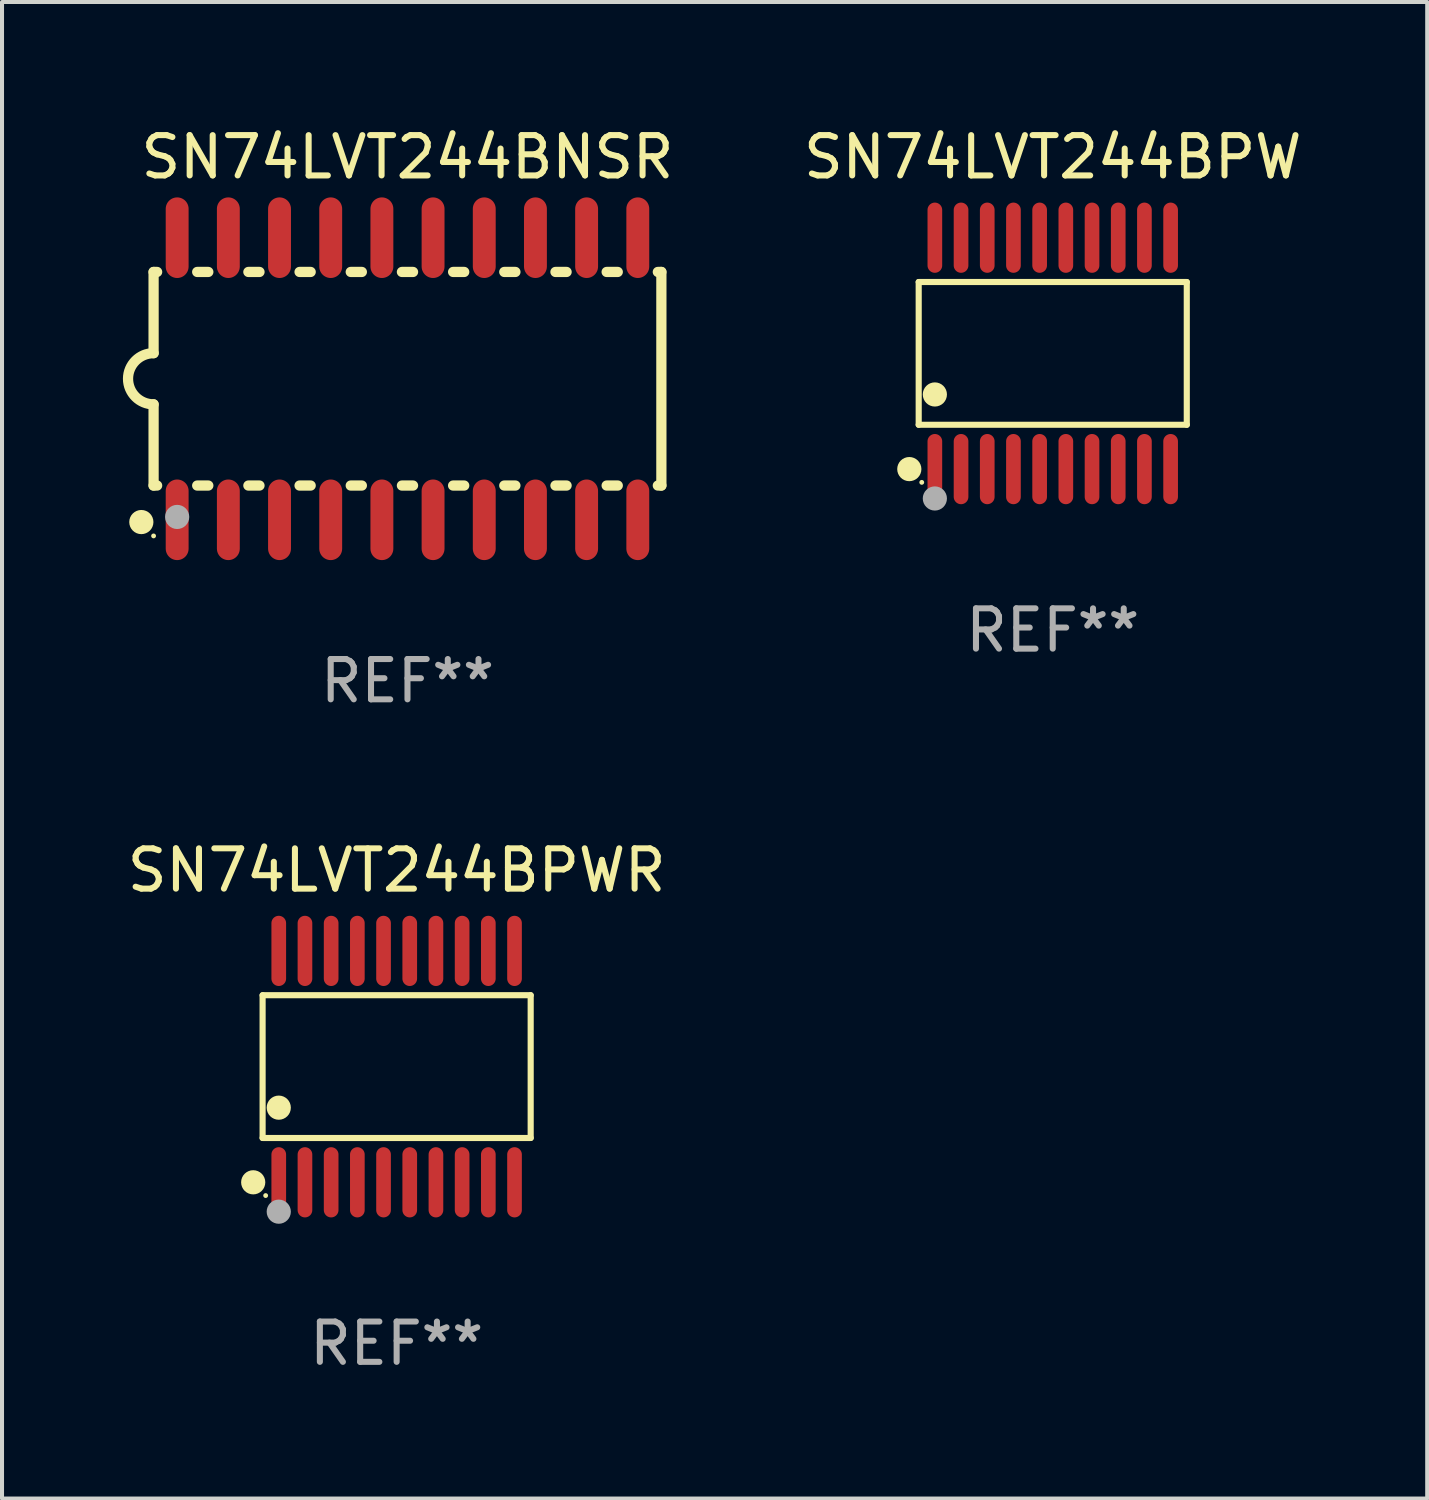
<source format=kicad_pcb>
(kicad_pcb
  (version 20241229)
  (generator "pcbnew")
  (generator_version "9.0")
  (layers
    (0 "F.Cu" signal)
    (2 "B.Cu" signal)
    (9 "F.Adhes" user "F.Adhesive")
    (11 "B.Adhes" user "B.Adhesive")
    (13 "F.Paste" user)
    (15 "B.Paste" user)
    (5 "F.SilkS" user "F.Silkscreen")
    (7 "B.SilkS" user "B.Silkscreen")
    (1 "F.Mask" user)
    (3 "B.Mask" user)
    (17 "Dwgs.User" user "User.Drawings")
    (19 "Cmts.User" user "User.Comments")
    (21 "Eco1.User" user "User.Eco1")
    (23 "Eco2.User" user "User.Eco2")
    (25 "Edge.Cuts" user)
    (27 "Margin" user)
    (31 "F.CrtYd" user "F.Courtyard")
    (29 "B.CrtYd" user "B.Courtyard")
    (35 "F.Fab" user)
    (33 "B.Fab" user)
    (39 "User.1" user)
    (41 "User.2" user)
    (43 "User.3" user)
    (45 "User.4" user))
  (footprint "SN74LVT244BNSR"
    (layer "F.Cu")
    (at 7.061 6.348)
    (property "Reference" "SN74LVT244BNSR" (at 0 -5.5 0) (layer "F.SilkS") (effects (font (size 1 1) (thickness 0.15))))
    (attr through_hole)
    (fp_line (start -6.3 -2.65) (end -6.3 -0.635) (stroke (width 0.254) (type solid)) (layer "F.SilkS"))
    (fp_line (start -6.3 -2.65) (end -6.212 -2.65) (stroke (width 0.254) (type solid)) (layer "F.SilkS"))
    (fp_line (start -6.3 2.65) (end -6.3 0.635) (stroke (width 0.254) (type solid)) (layer "F.SilkS"))
    (fp_line (start -6.3 2.65) (end -6.212 2.65) (stroke (width 0.254) (type solid)) (layer "F.SilkS"))
    (fp_line (start -5.218 -2.65) (end -4.942 -2.65) (stroke (width 0.254) (type solid)) (layer "F.SilkS"))
    (fp_line (start -5.218 2.65) (end -4.942 2.65) (stroke (width 0.254) (type solid)) (layer "F.SilkS"))
    (fp_line (start -3.948 -2.65) (end -3.672 -2.65) (stroke (width 0.254) (type solid)) (layer "F.SilkS"))
    (fp_line (start -3.948 2.65) (end -3.672 2.65) (stroke (width 0.254) (type solid)) (layer "F.SilkS"))
    (fp_line (start -2.678 -2.65) (end -2.402 -2.65) (stroke (width 0.254) (type solid)) (layer "F.SilkS"))
    (fp_line (start -2.678 2.65) (end -2.402 2.65) (stroke (width 0.254) (type solid)) (layer "F.SilkS"))
    (fp_line (start -1.408 -2.65) (end -1.132 -2.65) (stroke (width 0.254) (type solid)) (layer "F.SilkS"))
    (fp_line (start -1.408 2.65) (end -1.132 2.65) (stroke (width 0.254) (type solid)) (layer "F.SilkS"))
    (fp_line (start -0.138 -2.65) (end 0.138 -2.65) (stroke (width 0.254) (type solid)) (layer "F.SilkS"))
    (fp_line (start -0.138 2.65) (end 0.138 2.65) (stroke (width 0.254) (type solid)) (layer "F.SilkS"))
    (fp_line (start 1.132 -2.65) (end 1.408 -2.65) (stroke (width 0.254) (type solid)) (layer "F.SilkS"))
    (fp_line (start 1.132 2.65) (end 1.408 2.65) (stroke (width 0.254) (type solid)) (layer "F.SilkS"))
    (fp_line (start 2.402 -2.65) (end 2.678 -2.65) (stroke (width 0.254) (type solid)) (layer "F.SilkS"))
    (fp_line (start 2.402 2.65) (end 2.678 2.65) (stroke (width 0.254) (type solid)) (layer "F.SilkS"))
    (fp_line (start 3.672 -2.65) (end 3.948 -2.65) (stroke (width 0.254) (type solid)) (layer "F.SilkS"))
    (fp_line (start 3.672 2.65) (end 3.948 2.65) (stroke (width 0.254) (type solid)) (layer "F.SilkS"))
    (fp_line (start 4.942 -2.65) (end 5.218 -2.65) (stroke (width 0.254) (type solid)) (layer "F.SilkS"))
    (fp_line (start 4.942 2.65) (end 5.218 2.65) (stroke (width 0.254) (type solid)) (layer "F.SilkS"))
    (fp_line (start 6.212 -2.65) (end 6.3 -2.65) (stroke (width 0.254) (type solid)) (layer "F.SilkS"))
    (fp_line (start 6.212 2.65) (end 6.3 2.65) (stroke (width 0.254) (type solid)) (layer "F.SilkS"))
    (fp_line (start 6.3 -2.65) (end 6.3 2.65) (stroke (width 0.254) (type solid)) (layer "F.SilkS"))
    (fp_arc (start -6.299975 0.634874) (mid -6.933579 0.000127) (end -6.299213 -0.633858) (stroke (width 0.254001) (type solid)) (layer "F.SilkS"))
    (fp_circle (center -6.604 3.556) (end -6.454 3.556) (stroke (width 0.3) (type solid)) (fill no) (layer "F.SilkS"))
    (fp_circle (center -6.3 3.9) (end -6.27 3.9) (stroke (width 0.06) (type solid)) (fill no) (layer "F.SilkS"))
    (fp_circle (center -5.715 3.429) (end -5.565 3.429) (stroke (width 0.3) (type solid)) (fill no) (layer "F.Fab"))
    (fp_text user "REF**" (at 0 7.5 0) (layer "F.Fab") (effects (font (size 1 1) (thickness 0.15))))
    (pad "1" smd oval (at -5.715 3.5) (size 0.568 2) (layers "F.Cu" "F.Mask" "F.Paste"))
    (pad "2" smd oval (at -4.445 3.5) (size 0.568 2) (layers "F.Cu" "F.Mask" "F.Paste"))
    (pad "3" smd oval (at -3.175 3.5) (size 0.568 2) (layers "F.Cu" "F.Mask" "F.Paste"))
    (pad "4" smd oval (at -1.905 3.5) (size 0.568 2) (layers "F.Cu" "F.Mask" "F.Paste"))
    (pad "5" smd oval (at -0.635 3.5) (size 0.568 2) (layers "F.Cu" "F.Mask" "F.Paste"))
    (pad "6" smd oval (at 0.635 3.5) (size 0.568 2) (layers "F.Cu" "F.Mask" "F.Paste"))
    (pad "7" smd oval (at 1.905 3.5) (size 0.568 2) (layers "F.Cu" "F.Mask" "F.Paste"))
    (pad "8" smd oval (at 3.175 3.5) (size 0.568 2) (layers "F.Cu" "F.Mask" "F.Paste"))
    (pad "9" smd oval (at 4.445 3.5) (size 0.568 2) (layers "F.Cu" "F.Mask" "F.Paste"))
    (pad "10" smd oval (at 5.715 3.5) (size 0.568 2) (layers "F.Cu" "F.Mask" "F.Paste"))
    (pad "11" smd oval (at 5.715 -3.5) (size 0.568 2) (layers "F.Cu" "F.Mask" "F.Paste"))
    (pad "12" smd oval (at 4.445 -3.5) (size 0.568 2) (layers "F.Cu" "F.Mask" "F.Paste"))
    (pad "13" smd oval (at 3.175 -3.5) (size 0.568 2) (layers "F.Cu" "F.Mask" "F.Paste"))
    (pad "14" smd oval (at 1.905 -3.5) (size 0.568 2) (layers "F.Cu" "F.Mask" "F.Paste"))
    (pad "15" smd oval (at 0.635 -3.5) (size 0.568 2) (layers "F.Cu" "F.Mask" "F.Paste"))
    (pad "16" smd oval (at -0.635 -3.5) (size 0.568 2) (layers "F.Cu" "F.Mask" "F.Paste"))
    (pad "17" smd oval (at -1.905 -3.5) (size 0.568 2) (layers "F.Cu" "F.Mask" "F.Paste"))
    (pad "18" smd oval (at -3.175 -3.5) (size 0.568 2) (layers "F.Cu" "F.Mask" "F.Paste"))
    (pad "19" smd oval (at -4.445 -3.5) (size 0.568 2) (layers "F.Cu" "F.Mask" "F.Paste"))
    (pad "20" smd oval (at -5.715 -3.5) (size 0.568 2) (layers "F.Cu" "F.Mask" "F.Paste")))
  (footprint "SN74LVT244BPW"
    (layer "F.Cu")
    (at 23.072 5.719)
    (property "Reference" "SN74LVT244BPW" (at 0 -4.871 0) (layer "F.SilkS") (effects (font (size 1 1) (thickness 0.15))))
    (attr through_hole)
    (fp_line (start -3.326 -1.771) (end 3.326 -1.771) (stroke (width 0.152) (type solid)) (layer "F.SilkS"))
    (fp_line (start -3.326 1.771) (end -3.326 -1.771) (stroke (width 0.152) (type solid)) (layer "F.SilkS"))
    (fp_line (start 3.326 -1.771) (end 3.326 1.771) (stroke (width 0.152) (type solid)) (layer "F.SilkS"))
    (fp_line (start 3.326 1.771) (end -3.326 1.771) (stroke (width 0.152) (type solid)) (layer "F.SilkS"))
    (fp_circle (center -3.559 2.871) (end -3.409 2.871) (stroke (width 0.3) (type solid)) (fill no) (layer "F.SilkS"))
    (fp_circle (center -3.25 3.2) (end -3.22 3.2) (stroke (width 0.06) (type solid)) (fill no) (layer "F.SilkS"))
    (fp_circle (center -2.925 1.019) (end -2.775 1.019) (stroke (width 0.3) (type solid)) (fill no) (layer "F.SilkS"))
    (fp_circle (center -2.925 3.6) (end -2.775 3.6) (stroke (width 0.3) (type solid)) (fill no) (layer "F.Fab"))
    (fp_text user "REF**" (at 0 6.871 0) (layer "F.Fab") (effects (font (size 1 1) (thickness 0.15))))
    (pad "1" smd oval (at -2.925 2.871) (size 0.364 1.742) (layers "F.Cu" "F.Mask" "F.Paste"))
    (pad "2" smd oval (at -2.275 2.871) (size 0.364 1.742) (layers "F.Cu" "F.Mask" "F.Paste"))
    (pad "3" smd oval (at -1.625 2.871) (size 0.364 1.742) (layers "F.Cu" "F.Mask" "F.Paste"))
    (pad "4" smd oval (at -0.975 2.871) (size 0.364 1.742) (layers "F.Cu" "F.Mask" "F.Paste"))
    (pad "5" smd oval (at -0.325 2.871) (size 0.364 1.742) (layers "F.Cu" "F.Mask" "F.Paste"))
    (pad "6" smd oval (at 0.325 2.871) (size 0.364 1.742) (layers "F.Cu" "F.Mask" "F.Paste"))
    (pad "7" smd oval (at 0.975 2.871) (size 0.364 1.742) (layers "F.Cu" "F.Mask" "F.Paste"))
    (pad "8" smd oval (at 1.625 2.871) (size 0.364 1.742) (layers "F.Cu" "F.Mask" "F.Paste"))
    (pad "9" smd oval (at 2.275 2.871) (size 0.364 1.742) (layers "F.Cu" "F.Mask" "F.Paste"))
    (pad "10" smd oval (at 2.925 2.871) (size 0.364 1.742) (layers "F.Cu" "F.Mask" "F.Paste"))
    (pad "11" smd oval (at 2.925 -2.871) (size 0.364 1.742) (layers "F.Cu" "F.Mask" "F.Paste"))
    (pad "12" smd oval (at 2.275 -2.871) (size 0.364 1.742) (layers "F.Cu" "F.Mask" "F.Paste"))
    (pad "13" smd oval (at 1.625 -2.871) (size 0.364 1.742) (layers "F.Cu" "F.Mask" "F.Paste"))
    (pad "14" smd oval (at 0.975 -2.871) (size 0.364 1.742) (layers "F.Cu" "F.Mask" "F.Paste"))
    (pad "15" smd oval (at 0.325 -2.871) (size 0.364 1.742) (layers "F.Cu" "F.Mask" "F.Paste"))
    (pad "16" smd oval (at -0.325 -2.871) (size 0.364 1.742) (layers "F.Cu" "F.Mask" "F.Paste"))
    (pad "17" smd oval (at -0.975 -2.871) (size 0.364 1.742) (layers "F.Cu" "F.Mask" "F.Paste"))
    (pad "18" smd oval (at -1.625 -2.871) (size 0.364 1.742) (layers "F.Cu" "F.Mask" "F.Paste"))
    (pad "19" smd oval (at -2.275 -2.871) (size 0.364 1.742) (layers "F.Cu" "F.Mask" "F.Paste"))
    (pad "20" smd oval (at -2.925 -2.871) (size 0.364 1.742) (layers "F.Cu" "F.Mask" "F.Paste")))
  (footprint "SN74LVT244BPWR"
    (layer "F.Cu")
    (at 6.792 23.416)
    (property "Reference" "SN74LVT244BPWR" (at 0 -4.871 0) (layer "F.SilkS") (effects (font (size 1 1) (thickness 0.15))))
    (attr through_hole)
    (fp_line (start -3.326 -1.771) (end 3.326 -1.771) (stroke (width 0.152) (type solid)) (layer "F.SilkS"))
    (fp_line (start -3.326 1.771) (end -3.326 -1.771) (stroke (width 0.152) (type solid)) (layer "F.SilkS"))
    (fp_line (start 3.326 -1.771) (end 3.326 1.771) (stroke (width 0.152) (type solid)) (layer "F.SilkS"))
    (fp_line (start 3.326 1.771) (end -3.326 1.771) (stroke (width 0.152) (type solid)) (layer "F.SilkS"))
    (fp_circle (center -3.559 2.871) (end -3.409 2.871) (stroke (width 0.3) (type solid)) (fill no) (layer "F.SilkS"))
    (fp_circle (center -3.25 3.2) (end -3.22 3.2) (stroke (width 0.06) (type solid)) (fill no) (layer "F.SilkS"))
    (fp_circle (center -2.925 1.019) (end -2.775 1.019) (stroke (width 0.3) (type solid)) (fill no) (layer "F.SilkS"))
    (fp_circle (center -2.925 3.6) (end -2.775 3.6) (stroke (width 0.3) (type solid)) (fill no) (layer "F.Fab"))
    (fp_text user "REF**" (at 0 6.871 0) (layer "F.Fab") (effects (font (size 1 1) (thickness 0.15))))
    (pad "1" smd oval (at -2.925 2.871) (size 0.364 1.742) (layers "F.Cu" "F.Mask" "F.Paste"))
    (pad "2" smd oval (at -2.275 2.871) (size 0.364 1.742) (layers "F.Cu" "F.Mask" "F.Paste"))
    (pad "3" smd oval (at -1.625 2.871) (size 0.364 1.742) (layers "F.Cu" "F.Mask" "F.Paste"))
    (pad "4" smd oval (at -0.975 2.871) (size 0.364 1.742) (layers "F.Cu" "F.Mask" "F.Paste"))
    (pad "5" smd oval (at -0.325 2.871) (size 0.364 1.742) (layers "F.Cu" "F.Mask" "F.Paste"))
    (pad "6" smd oval (at 0.325 2.871) (size 0.364 1.742) (layers "F.Cu" "F.Mask" "F.Paste"))
    (pad "7" smd oval (at 0.975 2.871) (size 0.364 1.742) (layers "F.Cu" "F.Mask" "F.Paste"))
    (pad "8" smd oval (at 1.625 2.871) (size 0.364 1.742) (layers "F.Cu" "F.Mask" "F.Paste"))
    (pad "9" smd oval (at 2.275 2.871) (size 0.364 1.742) (layers "F.Cu" "F.Mask" "F.Paste"))
    (pad "10" smd oval (at 2.925 2.871) (size 0.364 1.742) (layers "F.Cu" "F.Mask" "F.Paste"))
    (pad "11" smd oval (at 2.925 -2.871) (size 0.364 1.742) (layers "F.Cu" "F.Mask" "F.Paste"))
    (pad "12" smd oval (at 2.275 -2.871) (size 0.364 1.742) (layers "F.Cu" "F.Mask" "F.Paste"))
    (pad "13" smd oval (at 1.625 -2.871) (size 0.364 1.742) (layers "F.Cu" "F.Mask" "F.Paste"))
    (pad "14" smd oval (at 0.975 -2.871) (size 0.364 1.742) (layers "F.Cu" "F.Mask" "F.Paste"))
    (pad "15" smd oval (at 0.325 -2.871) (size 0.364 1.742) (layers "F.Cu" "F.Mask" "F.Paste"))
    (pad "16" smd oval (at -0.325 -2.871) (size 0.364 1.742) (layers "F.Cu" "F.Mask" "F.Paste"))
    (pad "17" smd oval (at -0.975 -2.871) (size 0.364 1.742) (layers "F.Cu" "F.Mask" "F.Paste"))
    (pad "18" smd oval (at -1.625 -2.871) (size 0.364 1.742) (layers "F.Cu" "F.Mask" "F.Paste"))
    (pad "19" smd oval (at -2.275 -2.871) (size 0.364 1.742) (layers "F.Cu" "F.Mask" "F.Paste"))
    (pad "20" smd oval (at -2.925 -2.871) (size 0.364 1.742) (layers "F.Cu" "F.Mask" "F.Paste")))
  (gr_rect
    (start -3 -3)
    (end 32.364 34.135)
    (stroke (width 0.1) (type default))
    (fill no)
    (layer "Edge.Cuts")))
</source>
